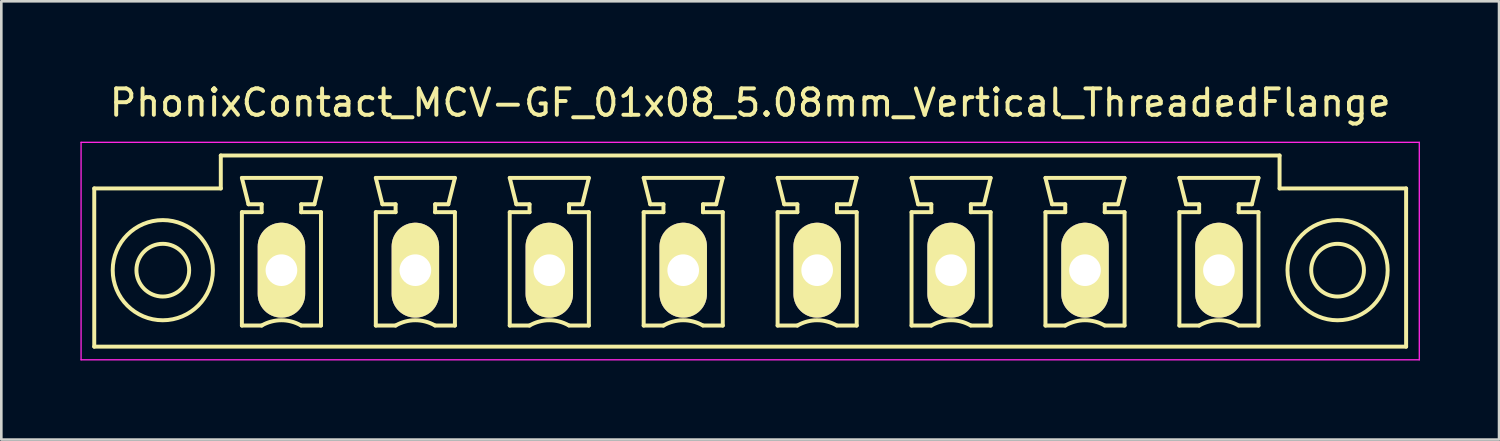
<source format=kicad_pcb>
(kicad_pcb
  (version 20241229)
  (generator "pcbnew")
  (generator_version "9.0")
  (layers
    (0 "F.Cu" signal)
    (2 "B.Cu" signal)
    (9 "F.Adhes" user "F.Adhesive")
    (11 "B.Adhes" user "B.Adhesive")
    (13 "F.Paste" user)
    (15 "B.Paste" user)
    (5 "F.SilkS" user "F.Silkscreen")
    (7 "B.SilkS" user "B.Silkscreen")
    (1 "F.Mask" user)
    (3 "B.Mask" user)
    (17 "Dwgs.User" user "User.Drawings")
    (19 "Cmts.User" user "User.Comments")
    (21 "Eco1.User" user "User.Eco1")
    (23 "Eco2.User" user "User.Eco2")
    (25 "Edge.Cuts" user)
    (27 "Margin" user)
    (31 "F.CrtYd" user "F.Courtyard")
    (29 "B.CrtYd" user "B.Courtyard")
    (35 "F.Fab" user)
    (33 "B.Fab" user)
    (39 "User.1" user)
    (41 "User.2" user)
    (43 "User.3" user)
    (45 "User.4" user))
  (footprint "PhonixContact_MCV-GF_01x08_5.08mm_Vertical_ThreadedFlange"
    (layer "F.Cu")
    (at 7.625 7.198)
    (property "Reference" "PhonixContact_MCV-GF_01x08_5.08mm_Vertical_ThreadedFlange" (at 17.78 -6.35 0) (layer "F.SilkS") (effects (font (size 1 1) (thickness 0.15))))
    (attr through_hole)
    (fp_line (start -7.1 -3.1) (end -7.1 2.9) (stroke (width 0.15) (type solid)) (layer "F.SilkS"))
    (fp_line (start -7.1 2.9) (end 42.66 2.9) (stroke (width 0.15) (type solid)) (layer "F.SilkS"))
    (fp_line (start -2.3 -4.35) (end -2.3 -3.1) (stroke (width 0.15) (type solid)) (layer "F.SilkS"))
    (fp_line (start -2.3 -3.1) (end -7.1 -3.1) (stroke (width 0.15) (type solid)) (layer "F.SilkS"))
    (fp_line (start -1.5 -3.5) (end 1.5 -3.5) (stroke (width 0.15) (type solid)) (layer "F.SilkS"))
    (fp_line (start -1.5 -2.2) (end -0.75 -2.2) (stroke (width 0.15) (type solid)) (layer "F.SilkS"))
    (fp_line (start -1.5 2.1) (end -1.5 -2.2) (stroke (width 0.15) (type solid)) (layer "F.SilkS"))
    (fp_line (start -1.25 -2.5) (end -1.5 -3.5) (stroke (width 0.15) (type solid)) (layer "F.SilkS"))
    (fp_line (start -0.75 -2.5) (end -1.25 -2.5) (stroke (width 0.15) (type solid)) (layer "F.SilkS"))
    (fp_line (start -0.75 -2.2) (end -0.75 -2.5) (stroke (width 0.15) (type solid)) (layer "F.SilkS"))
    (fp_line (start -0.75 2.1) (end -1.5 2.1) (stroke (width 0.15) (type solid)) (layer "F.SilkS"))
    (fp_line (start 0.75 -2.5) (end 0.75 -2.2) (stroke (width 0.15) (type solid)) (layer "F.SilkS"))
    (fp_line (start 0.75 -2.2) (end 0.75 -2.2) (stroke (width 0.15) (type solid)) (layer "F.SilkS"))
    (fp_line (start 0.75 -2.2) (end 1.5 -2.2) (stroke (width 0.15) (type solid)) (layer "F.SilkS"))
    (fp_line (start 1.25 -2.5) (end 0.75 -2.5) (stroke (width 0.15) (type solid)) (layer "F.SilkS"))
    (fp_line (start 1.5 -3.5) (end 1.25 -2.5) (stroke (width 0.15) (type solid)) (layer "F.SilkS"))
    (fp_line (start 1.5 -2.2) (end 1.5 2.1) (stroke (width 0.15) (type solid)) (layer "F.SilkS"))
    (fp_line (start 1.5 2.1) (end 0.75 2.1) (stroke (width 0.15) (type solid)) (layer "F.SilkS"))
    (fp_line (start 3.58 -3.5) (end 6.58 -3.5) (stroke (width 0.15) (type solid)) (layer "F.SilkS"))
    (fp_line (start 3.58 -2.2) (end 4.33 -2.2) (stroke (width 0.15) (type solid)) (layer "F.SilkS"))
    (fp_line (start 3.58 2.1) (end 3.58 -2.2) (stroke (width 0.15) (type solid)) (layer "F.SilkS"))
    (fp_line (start 3.83 -2.5) (end 3.58 -3.5) (stroke (width 0.15) (type solid)) (layer "F.SilkS"))
    (fp_line (start 4.33 -2.5) (end 3.83 -2.5) (stroke (width 0.15) (type solid)) (layer "F.SilkS"))
    (fp_line (start 4.33 -2.2) (end 4.33 -2.5) (stroke (width 0.15) (type solid)) (layer "F.SilkS"))
    (fp_line (start 4.33 2.1) (end 3.58 2.1) (stroke (width 0.15) (type solid)) (layer "F.SilkS"))
    (fp_line (start 5.83 -2.5) (end 5.83 -2.2) (stroke (width 0.15) (type solid)) (layer "F.SilkS"))
    (fp_line (start 5.83 -2.2) (end 5.83 -2.2) (stroke (width 0.15) (type solid)) (layer "F.SilkS"))
    (fp_line (start 5.83 -2.2) (end 6.58 -2.2) (stroke (width 0.15) (type solid)) (layer "F.SilkS"))
    (fp_line (start 6.33 -2.5) (end 5.83 -2.5) (stroke (width 0.15) (type solid)) (layer "F.SilkS"))
    (fp_line (start 6.58 -3.5) (end 6.33 -2.5) (stroke (width 0.15) (type solid)) (layer "F.SilkS"))
    (fp_line (start 6.58 -2.2) (end 6.58 2.1) (stroke (width 0.15) (type solid)) (layer "F.SilkS"))
    (fp_line (start 6.58 2.1) (end 5.83 2.1) (stroke (width 0.15) (type solid)) (layer "F.SilkS"))
    (fp_line (start 8.66 -3.5) (end 11.66 -3.5) (stroke (width 0.15) (type solid)) (layer "F.SilkS"))
    (fp_line (start 8.66 -2.2) (end 9.41 -2.2) (stroke (width 0.15) (type solid)) (layer "F.SilkS"))
    (fp_line (start 8.66 2.1) (end 8.66 -2.2) (stroke (width 0.15) (type solid)) (layer "F.SilkS"))
    (fp_line (start 8.91 -2.5) (end 8.66 -3.5) (stroke (width 0.15) (type solid)) (layer "F.SilkS"))
    (fp_line (start 9.41 -2.5) (end 8.91 -2.5) (stroke (width 0.15) (type solid)) (layer "F.SilkS"))
    (fp_line (start 9.41 -2.2) (end 9.41 -2.5) (stroke (width 0.15) (type solid)) (layer "F.SilkS"))
    (fp_line (start 9.41 2.1) (end 8.66 2.1) (stroke (width 0.15) (type solid)) (layer "F.SilkS"))
    (fp_line (start 10.91 -2.5) (end 10.91 -2.2) (stroke (width 0.15) (type solid)) (layer "F.SilkS"))
    (fp_line (start 10.91 -2.2) (end 10.91 -2.2) (stroke (width 0.15) (type solid)) (layer "F.SilkS"))
    (fp_line (start 10.91 -2.2) (end 11.66 -2.2) (stroke (width 0.15) (type solid)) (layer "F.SilkS"))
    (fp_line (start 11.41 -2.5) (end 10.91 -2.5) (stroke (width 0.15) (type solid)) (layer "F.SilkS"))
    (fp_line (start 11.66 -3.5) (end 11.41 -2.5) (stroke (width 0.15) (type solid)) (layer "F.SilkS"))
    (fp_line (start 11.66 -2.2) (end 11.66 2.1) (stroke (width 0.15) (type solid)) (layer "F.SilkS"))
    (fp_line (start 11.66 2.1) (end 10.91 2.1) (stroke (width 0.15) (type solid)) (layer "F.SilkS"))
    (fp_line (start 13.74 -3.5) (end 16.74 -3.5) (stroke (width 0.15) (type solid)) (layer "F.SilkS"))
    (fp_line (start 13.74 -2.2) (end 14.49 -2.2) (stroke (width 0.15) (type solid)) (layer "F.SilkS"))
    (fp_line (start 13.74 2.1) (end 13.74 -2.2) (stroke (width 0.15) (type solid)) (layer "F.SilkS"))
    (fp_line (start 13.99 -2.5) (end 13.74 -3.5) (stroke (width 0.15) (type solid)) (layer "F.SilkS"))
    (fp_line (start 14.49 -2.5) (end 13.99 -2.5) (stroke (width 0.15) (type solid)) (layer "F.SilkS"))
    (fp_line (start 14.49 -2.2) (end 14.49 -2.5) (stroke (width 0.15) (type solid)) (layer "F.SilkS"))
    (fp_line (start 14.49 2.1) (end 13.74 2.1) (stroke (width 0.15) (type solid)) (layer "F.SilkS"))
    (fp_line (start 15.99 -2.5) (end 15.99 -2.2) (stroke (width 0.15) (type solid)) (layer "F.SilkS"))
    (fp_line (start 15.99 -2.2) (end 15.99 -2.2) (stroke (width 0.15) (type solid)) (layer "F.SilkS"))
    (fp_line (start 15.99 -2.2) (end 16.74 -2.2) (stroke (width 0.15) (type solid)) (layer "F.SilkS"))
    (fp_line (start 16.49 -2.5) (end 15.99 -2.5) (stroke (width 0.15) (type solid)) (layer "F.SilkS"))
    (fp_line (start 16.74 -3.5) (end 16.49 -2.5) (stroke (width 0.15) (type solid)) (layer "F.SilkS"))
    (fp_line (start 16.74 -2.2) (end 16.74 2.1) (stroke (width 0.15) (type solid)) (layer "F.SilkS"))
    (fp_line (start 16.74 2.1) (end 15.99 2.1) (stroke (width 0.15) (type solid)) (layer "F.SilkS"))
    (fp_line (start 18.82 -3.5) (end 21.82 -3.5) (stroke (width 0.15) (type solid)) (layer "F.SilkS"))
    (fp_line (start 18.82 -2.2) (end 19.57 -2.2) (stroke (width 0.15) (type solid)) (layer "F.SilkS"))
    (fp_line (start 18.82 2.1) (end 18.82 -2.2) (stroke (width 0.15) (type solid)) (layer "F.SilkS"))
    (fp_line (start 19.07 -2.5) (end 18.82 -3.5) (stroke (width 0.15) (type solid)) (layer "F.SilkS"))
    (fp_line (start 19.57 -2.5) (end 19.07 -2.5) (stroke (width 0.15) (type solid)) (layer "F.SilkS"))
    (fp_line (start 19.57 -2.2) (end 19.57 -2.5) (stroke (width 0.15) (type solid)) (layer "F.SilkS"))
    (fp_line (start 19.57 2.1) (end 18.82 2.1) (stroke (width 0.15) (type solid)) (layer "F.SilkS"))
    (fp_line (start 21.07 -2.5) (end 21.07 -2.2) (stroke (width 0.15) (type solid)) (layer "F.SilkS"))
    (fp_line (start 21.07 -2.2) (end 21.07 -2.2) (stroke (width 0.15) (type solid)) (layer "F.SilkS"))
    (fp_line (start 21.07 -2.2) (end 21.82 -2.2) (stroke (width 0.15) (type solid)) (layer "F.SilkS"))
    (fp_line (start 21.57 -2.5) (end 21.07 -2.5) (stroke (width 0.15) (type solid)) (layer "F.SilkS"))
    (fp_line (start 21.82 -3.5) (end 21.57 -2.5) (stroke (width 0.15) (type solid)) (layer "F.SilkS"))
    (fp_line (start 21.82 -2.2) (end 21.82 2.1) (stroke (width 0.15) (type solid)) (layer "F.SilkS"))
    (fp_line (start 21.82 2.1) (end 21.07 2.1) (stroke (width 0.15) (type solid)) (layer "F.SilkS"))
    (fp_line (start 23.9 -3.5) (end 26.9 -3.5) (stroke (width 0.15) (type solid)) (layer "F.SilkS"))
    (fp_line (start 23.9 -2.2) (end 24.65 -2.2) (stroke (width 0.15) (type solid)) (layer "F.SilkS"))
    (fp_line (start 23.9 2.1) (end 23.9 -2.2) (stroke (width 0.15) (type solid)) (layer "F.SilkS"))
    (fp_line (start 24.15 -2.5) (end 23.9 -3.5) (stroke (width 0.15) (type solid)) (layer "F.SilkS"))
    (fp_line (start 24.65 -2.5) (end 24.15 -2.5) (stroke (width 0.15) (type solid)) (layer "F.SilkS"))
    (fp_line (start 24.65 -2.2) (end 24.65 -2.5) (stroke (width 0.15) (type solid)) (layer "F.SilkS"))
    (fp_line (start 24.65 2.1) (end 23.9 2.1) (stroke (width 0.15) (type solid)) (layer "F.SilkS"))
    (fp_line (start 26.15 -2.5) (end 26.15 -2.2) (stroke (width 0.15) (type solid)) (layer "F.SilkS"))
    (fp_line (start 26.15 -2.2) (end 26.15 -2.2) (stroke (width 0.15) (type solid)) (layer "F.SilkS"))
    (fp_line (start 26.15 -2.2) (end 26.9 -2.2) (stroke (width 0.15) (type solid)) (layer "F.SilkS"))
    (fp_line (start 26.65 -2.5) (end 26.15 -2.5) (stroke (width 0.15) (type solid)) (layer "F.SilkS"))
    (fp_line (start 26.9 -3.5) (end 26.65 -2.5) (stroke (width 0.15) (type solid)) (layer "F.SilkS"))
    (fp_line (start 26.9 -2.2) (end 26.9 2.1) (stroke (width 0.15) (type solid)) (layer "F.SilkS"))
    (fp_line (start 26.9 2.1) (end 26.15 2.1) (stroke (width 0.15) (type solid)) (layer "F.SilkS"))
    (fp_line (start 28.98 -3.5) (end 31.98 -3.5) (stroke (width 0.15) (type solid)) (layer "F.SilkS"))
    (fp_line (start 28.98 -2.2) (end 29.73 -2.2) (stroke (width 0.15) (type solid)) (layer "F.SilkS"))
    (fp_line (start 28.98 2.1) (end 28.98 -2.2) (stroke (width 0.15) (type solid)) (layer "F.SilkS"))
    (fp_line (start 29.23 -2.5) (end 28.98 -3.5) (stroke (width 0.15) (type solid)) (layer "F.SilkS"))
    (fp_line (start 29.73 -2.5) (end 29.23 -2.5) (stroke (width 0.15) (type solid)) (layer "F.SilkS"))
    (fp_line (start 29.73 -2.2) (end 29.73 -2.5) (stroke (width 0.15) (type solid)) (layer "F.SilkS"))
    (fp_line (start 29.73 2.1) (end 28.98 2.1) (stroke (width 0.15) (type solid)) (layer "F.SilkS"))
    (fp_line (start 31.23 -2.5) (end 31.23 -2.2) (stroke (width 0.15) (type solid)) (layer "F.SilkS"))
    (fp_line (start 31.23 -2.2) (end 31.23 -2.2) (stroke (width 0.15) (type solid)) (layer "F.SilkS"))
    (fp_line (start 31.23 -2.2) (end 31.98 -2.2) (stroke (width 0.15) (type solid)) (layer "F.SilkS"))
    (fp_line (start 31.73 -2.5) (end 31.23 -2.5) (stroke (width 0.15) (type solid)) (layer "F.SilkS"))
    (fp_line (start 31.98 -3.5) (end 31.73 -2.5) (stroke (width 0.15) (type solid)) (layer "F.SilkS"))
    (fp_line (start 31.98 -2.2) (end 31.98 2.1) (stroke (width 0.15) (type solid)) (layer "F.SilkS"))
    (fp_line (start 31.98 2.1) (end 31.23 2.1) (stroke (width 0.15) (type solid)) (layer "F.SilkS"))
    (fp_line (start 34.06 -3.5) (end 37.06 -3.5) (stroke (width 0.15) (type solid)) (layer "F.SilkS"))
    (fp_line (start 34.06 -2.2) (end 34.81 -2.2) (stroke (width 0.15) (type solid)) (layer "F.SilkS"))
    (fp_line (start 34.06 2.1) (end 34.06 -2.2) (stroke (width 0.15) (type solid)) (layer "F.SilkS"))
    (fp_line (start 34.31 -2.5) (end 34.06 -3.5) (stroke (width 0.15) (type solid)) (layer "F.SilkS"))
    (fp_line (start 34.81 -2.5) (end 34.31 -2.5) (stroke (width 0.15) (type solid)) (layer "F.SilkS"))
    (fp_line (start 34.81 -2.2) (end 34.81 -2.5) (stroke (width 0.15) (type solid)) (layer "F.SilkS"))
    (fp_line (start 34.81 2.1) (end 34.06 2.1) (stroke (width 0.15) (type solid)) (layer "F.SilkS"))
    (fp_line (start 36.31 -2.5) (end 36.31 -2.2) (stroke (width 0.15) (type solid)) (layer "F.SilkS"))
    (fp_line (start 36.31 -2.2) (end 36.31 -2.2) (stroke (width 0.15) (type solid)) (layer "F.SilkS"))
    (fp_line (start 36.31 -2.2) (end 37.06 -2.2) (stroke (width 0.15) (type solid)) (layer "F.SilkS"))
    (fp_line (start 36.81 -2.5) (end 36.31 -2.5) (stroke (width 0.15) (type solid)) (layer "F.SilkS"))
    (fp_line (start 37.06 -3.5) (end 36.81 -2.5) (stroke (width 0.15) (type solid)) (layer "F.SilkS"))
    (fp_line (start 37.06 -2.2) (end 37.06 2.1) (stroke (width 0.15) (type solid)) (layer "F.SilkS"))
    (fp_line (start 37.06 2.1) (end 36.31 2.1) (stroke (width 0.15) (type solid)) (layer "F.SilkS"))
    (fp_line (start 37.86 -4.35) (end -2.3 -4.35) (stroke (width 0.15) (type solid)) (layer "F.SilkS"))
    (fp_line (start 37.86 -3.1) (end 37.86 -4.35) (stroke (width 0.15) (type solid)) (layer "F.SilkS"))
    (fp_line (start 42.66 -3.1) (end 37.86 -3.1) (stroke (width 0.15) (type solid)) (layer "F.SilkS"))
    (fp_line (start 42.66 2.9) (end 42.66 -3.1) (stroke (width 0.15) (type solid)) (layer "F.SilkS"))
    (fp_arc (start -0.75 2.1) (mid -0.006068 1.899179) (end 0.739464 2.093978) (stroke (width 0.15) (type solid)) (layer "F.SilkS"))
    (fp_arc (start 4.33 2.1) (mid 5.073932 1.899179) (end 5.819464 2.093978) (stroke (width 0.15) (type solid)) (layer "F.SilkS"))
    (fp_arc (start 9.41 2.1) (mid 10.153932 1.899179) (end 10.899464 2.093978) (stroke (width 0.15) (type solid)) (layer "F.SilkS"))
    (fp_arc (start 14.49 2.1) (mid 15.233932 1.899179) (end 15.979464 2.093978) (stroke (width 0.15) (type solid)) (layer "F.SilkS"))
    (fp_arc (start 19.57 2.1) (mid 20.313932 1.899179) (end 21.059464 2.093978) (stroke (width 0.15) (type solid)) (layer "F.SilkS"))
    (fp_arc (start 24.65 2.1) (mid 25.393932 1.899179) (end 26.139464 2.093978) (stroke (width 0.15) (type solid)) (layer "F.SilkS"))
    (fp_arc (start 29.73 2.1) (mid 30.473932 1.899179) (end 31.219464 2.093978) (stroke (width 0.15) (type solid)) (layer "F.SilkS"))
    (fp_arc (start 34.81 2.1) (mid 35.553932 1.899179) (end 36.299464 2.093978) (stroke (width 0.15) (type solid)) (layer "F.SilkS"))
    (fp_circle (center -4.5 0) (end -3.5 0) (stroke (width 0.15) (type solid)) (fill no) (layer "F.SilkS"))
    (fp_circle (center -4.5 0) (end -2.6 0) (stroke (width 0.15) (type solid)) (fill no) (layer "F.SilkS"))
    (fp_circle (center 40.06 0) (end 41.06 0) (stroke (width 0.15) (type solid)) (fill no) (layer "F.SilkS"))
    (fp_circle (center 40.06 0) (end 41.96 0) (stroke (width 0.15) (type solid)) (fill no) (layer "F.SilkS"))
    (fp_line (start -7.6 -4.85) (end -7.6 3.4) (stroke (width 0.05) (type solid)) (layer "F.CrtYd"))
    (fp_line (start -7.6 3.4) (end 43.16 3.4) (stroke (width 0.05) (type solid)) (layer "F.CrtYd"))
    (fp_line (start 43.16 -4.85) (end -7.6 -4.85) (stroke (width 0.05) (type solid)) (layer "F.CrtYd"))
    (fp_line (start 43.16 3.4) (end 43.16 -4.85) (stroke (width 0.05) (type solid)) (layer "F.CrtYd"))
    (pad "1" thru_hole oval (at 0 0) (size 1.8 3.6) (drill 1.2) (layers "*.Cu" "*.Mask" "F.SilkS"))
    (pad "2" thru_hole oval (at 5.08 0) (size 1.8 3.6) (drill 1.2) (layers "*.Cu" "*.Mask" "F.SilkS"))
    (pad "3" thru_hole oval (at 10.16 0) (size 1.8 3.6) (drill 1.2) (layers "*.Cu" "*.Mask" "F.SilkS"))
    (pad "4" thru_hole oval (at 15.24 0) (size 1.8 3.6) (drill 1.2) (layers "*.Cu" "*.Mask" "F.SilkS"))
    (pad "5" thru_hole oval (at 20.32 0) (size 1.8 3.6) (drill 1.2) (layers "*.Cu" "*.Mask" "F.SilkS"))
    (pad "6" thru_hole oval (at 25.4 0) (size 1.8 3.6) (drill 1.2) (layers "*.Cu" "*.Mask" "F.SilkS"))
    (pad "7" thru_hole oval (at 30.48 0) (size 1.8 3.6) (drill 1.2) (layers "*.Cu" "*.Mask" "F.SilkS"))
    (pad "8" thru_hole oval (at 35.56 0) (size 1.8 3.6) (drill 1.2) (layers "*.Cu" "*.Mask" "F.SilkS")))
  (gr_rect
    (start -3 -3)
    (end 53.81 13.623)
    (stroke (width 0.1) (type default))
    (fill no)
    (layer "Edge.Cuts")))
</source>
